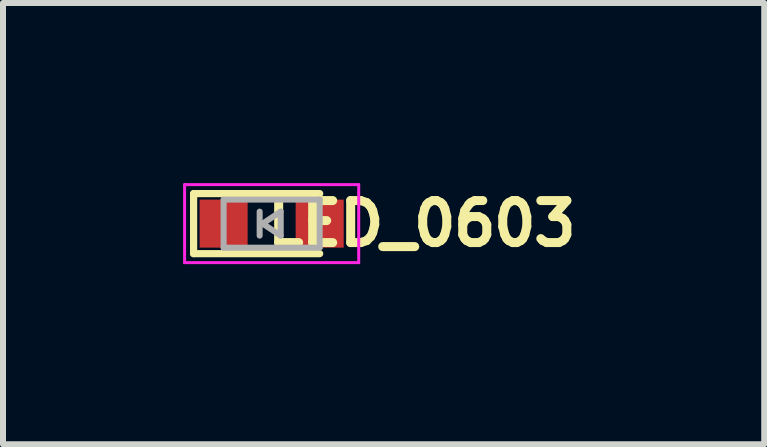
<source format=kicad_pcb>
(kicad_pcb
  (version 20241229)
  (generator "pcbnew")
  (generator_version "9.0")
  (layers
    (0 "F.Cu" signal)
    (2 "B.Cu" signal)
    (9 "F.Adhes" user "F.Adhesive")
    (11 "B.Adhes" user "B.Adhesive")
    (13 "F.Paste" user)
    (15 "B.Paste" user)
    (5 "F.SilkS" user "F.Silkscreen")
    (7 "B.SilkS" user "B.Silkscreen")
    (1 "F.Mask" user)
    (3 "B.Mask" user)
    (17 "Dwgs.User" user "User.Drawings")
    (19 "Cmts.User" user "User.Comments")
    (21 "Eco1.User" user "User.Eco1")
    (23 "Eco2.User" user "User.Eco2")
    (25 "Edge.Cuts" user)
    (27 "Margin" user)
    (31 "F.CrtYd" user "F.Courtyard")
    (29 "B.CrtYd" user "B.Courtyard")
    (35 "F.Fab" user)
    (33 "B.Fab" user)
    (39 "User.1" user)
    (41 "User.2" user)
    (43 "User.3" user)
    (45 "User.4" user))
  (footprint "LED_0603"
    (layer "F.Cu")
    (at 1.475 0.675)
    (property "Reference" "LED_0603" (at 2.5 0 0) (layer "F.SilkS") (effects (font (size 0.7 0.7) (thickness 0.15))))
    (attr smd)
    (fp_line (start -1.3 -0.5) (end -1.3 0.5) (stroke (width 0.12) (type solid)) (layer "F.SilkS"))
    (fp_line (start -1.3 -0.5) (end 0.8 -0.5) (stroke (width 0.12) (type solid)) (layer "F.SilkS"))
    (fp_line (start -1.3 0.5) (end 0.8 0.5) (stroke (width 0.12) (type solid)) (layer "F.SilkS"))
    (fp_line (start -1.45 -0.65) (end 1.45 -0.65) (stroke (width 0.05) (type solid)) (layer "F.CrtYd"))
    (fp_line (start -1.45 0.65) (end -1.45 -0.65) (stroke (width 0.05) (type solid)) (layer "F.CrtYd"))
    (fp_line (start 1.45 -0.65) (end 1.45 0.65) (stroke (width 0.05) (type solid)) (layer "F.CrtYd"))
    (fp_line (start 1.45 0.65) (end -1.45 0.65) (stroke (width 0.05) (type solid)) (layer "F.CrtYd"))
    (fp_line (start -0.8 -0.4) (end 0.8 -0.4) (stroke (width 0.1) (type solid)) (layer "F.Fab"))
    (fp_line (start -0.8 0.4) (end -0.8 -0.4) (stroke (width 0.1) (type solid)) (layer "F.Fab"))
    (fp_line (start -0.2 -0.2) (end -0.2 0.2) (stroke (width 0.1) (type solid)) (layer "F.Fab"))
    (fp_line (start -0.15 0) (end 0.15 -0.2) (stroke (width 0.1) (type solid)) (layer "F.Fab"))
    (fp_line (start 0.15 -0.2) (end 0.15 0.2) (stroke (width 0.1) (type solid)) (layer "F.Fab"))
    (fp_line (start 0.15 0.2) (end -0.15 0) (stroke (width 0.1) (type solid)) (layer "F.Fab"))
    (fp_line (start 0.8 -0.4) (end 0.8 0.4) (stroke (width 0.1) (type solid)) (layer "F.Fab"))
    (fp_line (start 0.8 0.4) (end -0.8 0.4) (stroke (width 0.1) (type solid)) (layer "F.Fab"))
    (pad "1" smd rect (at -0.8 0 180) (size 0.8 0.8) (layers "F.Cu" "F.Mask" "F.Paste"))
    (pad "2" smd rect (at 0.8 0 180) (size 0.8 0.8) (layers "F.Cu" "F.Mask" "F.Paste")))
  (gr_rect
    (start -3 -3)
    (end 9.68 4.35)
    (stroke (width 0.1) (type default))
    (fill no)
    (layer "Edge.Cuts")))
</source>
